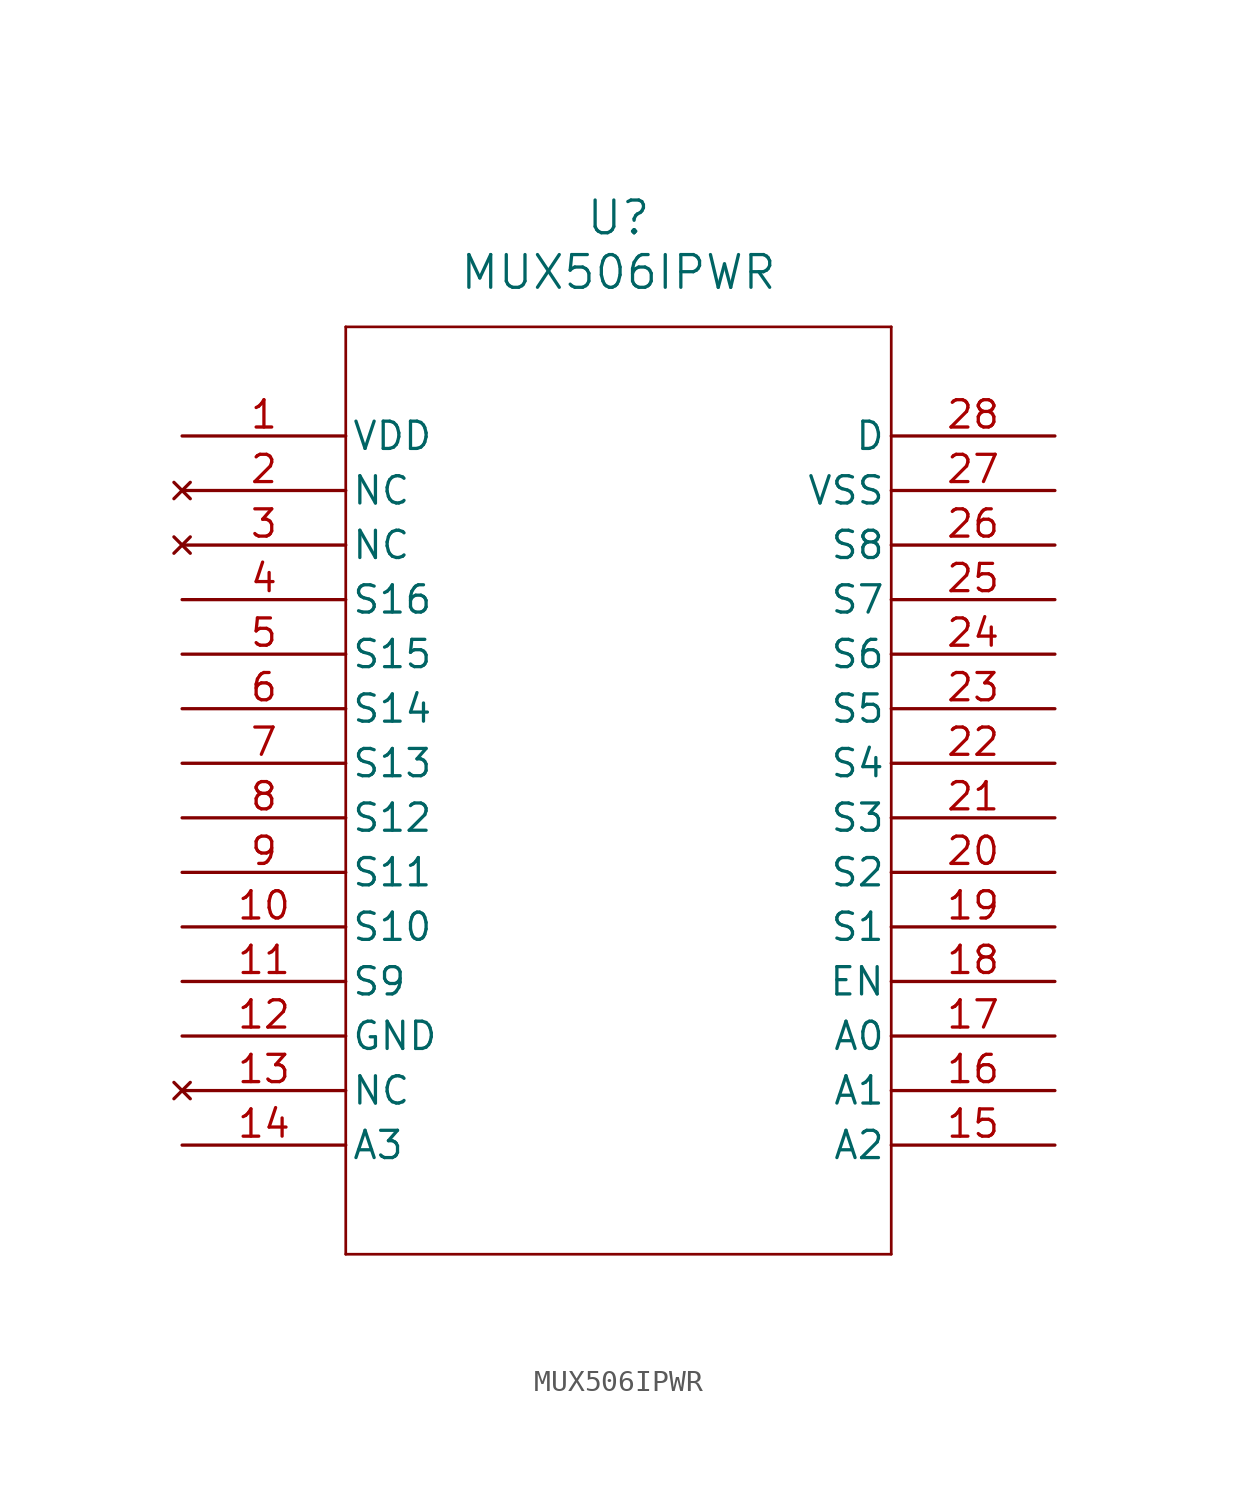
<source format=kicad_sym>
(kicad_symbol_lib
  (version 20211014)
  (generator kicad_symbol_editor)
  (symbol "MUX506IPWR"
    (pin_names
      (offset 0.254))
    (property "Reference" "U"
      (at 20.32 10.16 0)
      (effects (font (size 1.524 1.524))))
    (property "Value" "MUX506IPWR"
      (at 20.32 7.62 0)
      (effects (font (size 1.524 1.524))))
    (symbol "MUX506IPWR_0_1"
      (polyline (pts (xy 7.62 5.08) (xy 7.62 -38.1)) (stroke (width 0.127) (type default) (color 0 0 0 0)) (fill (type none)))
      (polyline (pts (xy 7.62 -38.1) (xy 33.02 -38.1)) (stroke (width 0.127) (type default) (color 0 0 0 0)) (fill (type none)))
      (polyline (pts (xy 33.02 -38.1) (xy 33.02 5.08)) (stroke (width 0.127) (type default) (color 0 0 0 0)) (fill (type none)))
      (polyline (pts (xy 33.02 5.08) (xy 7.62 5.08)) (stroke (width 0.127) (type default) (color 0 0 0 0)) (fill (type none)))
      (pin power_in line (at 0 0 0) (length 7.62) (name "VDD" (effects (font (size 1.27 1.27)))) (number "1" (effects (font (size 1.27 1.27)))))
      (pin no_connect line (at 0 -2.54 0) (length 7.62) (name "NC" (effects (font (size 1.27 1.27)))) (number "2" (effects (font (size 1.27 1.27)))))
      (pin no_connect line (at 0 -5.08 0) (length 7.62) (name "NC" (effects (font (size 1.27 1.27)))) (number "3" (effects (font (size 1.27 1.27)))))
      (pin bidirectional line (at 0 -7.62 0) (length 7.62) (name "S16" (effects (font (size 1.27 1.27)))) (number "4" (effects (font (size 1.27 1.27)))))
      (pin bidirectional line (at 0 -10.16 0) (length 7.62) (name "S15" (effects (font (size 1.27 1.27)))) (number "5" (effects (font (size 1.27 1.27)))))
      (pin bidirectional line (at 0 -12.7 0) (length 7.62) (name "S14" (effects (font (size 1.27 1.27)))) (number "6" (effects (font (size 1.27 1.27)))))
      (pin bidirectional line (at 0 -15.24 0) (length 7.62) (name "S13" (effects (font (size 1.27 1.27)))) (number "7" (effects (font (size 1.27 1.27)))))
      (pin bidirectional line (at 0 -17.78 0) (length 7.62) (name "S12" (effects (font (size 1.27 1.27)))) (number "8" (effects (font (size 1.27 1.27)))))
      (pin bidirectional line (at 0 -20.32 0) (length 7.62) (name "S11" (effects (font (size 1.27 1.27)))) (number "9" (effects (font (size 1.27 1.27)))))
      (pin bidirectional line (at 0 -22.86 0) (length 7.62) (name "S10" (effects (font (size 1.27 1.27)))) (number "10" (effects (font (size 1.27 1.27)))))
      (pin bidirectional line (at 0 -25.4 0) (length 7.62) (name "S9" (effects (font (size 1.27 1.27)))) (number "11" (effects (font (size 1.27 1.27)))))
      (pin power_out line (at 0 -27.94 0) (length 7.62) (name "GND" (effects (font (size 1.27 1.27)))) (number "12" (effects (font (size 1.27 1.27)))))
      (pin no_connect line (at 0 -30.48 0) (length 7.62) (name "NC" (effects (font (size 1.27 1.27)))) (number "13" (effects (font (size 1.27 1.27)))))
      (pin bidirectional line (at 0 -33.02 0) (length 7.62) (name "A3" (effects (font (size 1.27 1.27)))) (number "14" (effects (font (size 1.27 1.27)))))
      (pin bidirectional line (at 40.64 -33.02 180) (length 7.62) (name "A2" (effects (font (size 1.27 1.27)))) (number "15" (effects (font (size 1.27 1.27)))))
      (pin bidirectional line (at 40.64 -30.48 180) (length 7.62) (name "A1" (effects (font (size 1.27 1.27)))) (number "16" (effects (font (size 1.27 1.27)))))
      (pin bidirectional line (at 40.64 -27.94 180) (length 7.62) (name "A0" (effects (font (size 1.27 1.27)))) (number "17" (effects (font (size 1.27 1.27)))))
      (pin unspecified line (at 40.64 -25.4 180) (length 7.62) (name "EN" (effects (font (size 1.27 1.27)))) (number "18" (effects (font (size 1.27 1.27)))))
      (pin bidirectional line (at 40.64 -22.86 180) (length 7.62) (name "S1" (effects (font (size 1.27 1.27)))) (number "19" (effects (font (size 1.27 1.27)))))
      (pin bidirectional line (at 40.64 -20.32 180) (length 7.62) (name "S2" (effects (font (size 1.27 1.27)))) (number "20" (effects (font (size 1.27 1.27)))))
      (pin bidirectional line (at 40.64 -17.78 180) (length 7.62) (name "S3" (effects (font (size 1.27 1.27)))) (number "21" (effects (font (size 1.27 1.27)))))
      (pin bidirectional line (at 40.64 -15.24 180) (length 7.62) (name "S4" (effects (font (size 1.27 1.27)))) (number "22" (effects (font (size 1.27 1.27)))))
      (pin bidirectional line (at 40.64 -12.7 180) (length 7.62) (name "S5" (effects (font (size 1.27 1.27)))) (number "23" (effects (font (size 1.27 1.27)))))
      (pin bidirectional line (at 40.64 -10.16 180) (length 7.62) (name "S6" (effects (font (size 1.27 1.27)))) (number "24" (effects (font (size 1.27 1.27)))))
      (pin bidirectional line (at 40.64 -7.62 180) (length 7.62) (name "S7" (effects (font (size 1.27 1.27)))) (number "25" (effects (font (size 1.27 1.27)))))
      (pin bidirectional line (at 40.64 -5.08 180) (length 7.62) (name "S8" (effects (font (size 1.27 1.27)))) (number "26" (effects (font (size 1.27 1.27)))))
      (pin power_out line (at 40.64 -2.54 180) (length 7.62) (name "VSS" (effects (font (size 1.27 1.27)))) (number "27" (effects (font (size 1.27 1.27)))))
      (pin unspecified line (at 40.64 0 180) (length 7.62) (name "D" (effects (font (size 1.27 1.27)))) (number "28" (effects (font (size 1.27 1.27))))))))
</source>
